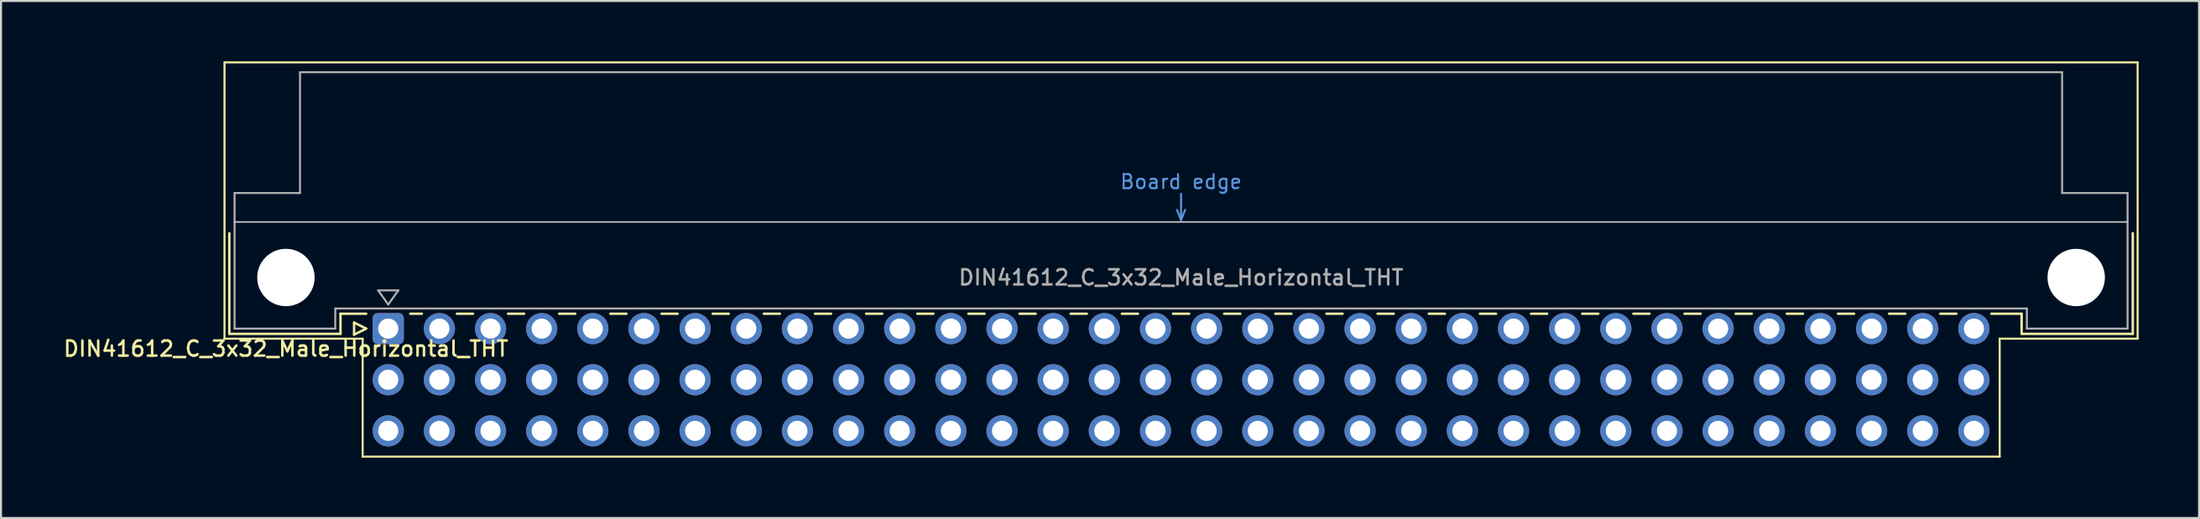
<source format=kicad_pcb>
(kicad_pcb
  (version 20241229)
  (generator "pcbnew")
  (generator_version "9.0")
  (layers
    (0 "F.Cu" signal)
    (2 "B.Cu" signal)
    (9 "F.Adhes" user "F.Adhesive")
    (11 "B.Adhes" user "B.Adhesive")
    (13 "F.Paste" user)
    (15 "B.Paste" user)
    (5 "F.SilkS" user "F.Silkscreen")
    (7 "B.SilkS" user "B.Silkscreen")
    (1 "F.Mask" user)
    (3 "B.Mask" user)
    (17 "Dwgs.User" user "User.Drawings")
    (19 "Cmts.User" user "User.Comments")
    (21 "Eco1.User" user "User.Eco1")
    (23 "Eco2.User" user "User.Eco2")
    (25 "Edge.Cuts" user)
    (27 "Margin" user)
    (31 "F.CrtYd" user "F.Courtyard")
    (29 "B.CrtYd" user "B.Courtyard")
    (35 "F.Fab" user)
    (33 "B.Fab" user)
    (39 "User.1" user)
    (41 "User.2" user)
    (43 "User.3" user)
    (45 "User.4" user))
  (footprint "DIN41612_C_3x32_Male_Horizontal_THT"
    (layer "F.Cu")
    (at 16.228 13.28)
    (property "Reference" "DIN41612_C_3x32_Male_Horizontal_THT" (at -5.08 1 0) (layer "F.SilkS") (effects (font (size 0.75 0.75) (thickness 0.125))))
    (attr through_hole)
    (fp_line (start -8.13 -13.23) (end -8.13 0.5) (stroke (width 0.1) (type solid)) (layer "F.SilkS"))
    (fp_line (start -8.13 0.5) (end -1.27 0.5) (stroke (width 0.1) (type solid)) (layer "F.SilkS"))
    (fp_line (start -7.89 -4.74) (end -7.89 0.26) (stroke (width 0.12) (type solid)) (layer "F.SilkS"))
    (fp_line (start -7.89 0.26) (end -2.37 0.26) (stroke (width 0.12) (type solid)) (layer "F.SilkS"))
    (fp_line (start -2.371 -0.74) (end -1.095 -0.74) (stroke (width 0.12) (type solid)) (layer "F.SilkS"))
    (fp_line (start -2.37 0.26) (end -2.37 -0.74) (stroke (width 0.12) (type solid)) (layer "F.SilkS"))
    (fp_line (start -1.695 -0.3) (end -1.695 0.3) (stroke (width 0.12) (type solid)) (layer "F.SilkS"))
    (fp_line (start -1.695 0.3) (end -1.095 0) (stroke (width 0.12) (type solid)) (layer "F.SilkS"))
    (fp_line (start -1.27 0.5) (end -1.27 6.36) (stroke (width 0.1) (type solid)) (layer "F.SilkS"))
    (fp_line (start -1.27 6.36) (end 80.02 6.36) (stroke (width 0.1) (type solid)) (layer "F.SilkS"))
    (fp_line (start -1.095 0) (end -1.695 -0.3) (stroke (width 0.12) (type solid)) (layer "F.SilkS"))
    (fp_line (start 1.095 -0.74) (end 1.671 -0.74) (stroke (width 0.12) (type solid)) (layer "F.SilkS"))
    (fp_line (start 3.41 -0.74) (end 4.211 -0.74) (stroke (width 0.12) (type solid)) (layer "F.SilkS"))
    (fp_line (start 5.95 -0.74) (end 6.751 -0.74) (stroke (width 0.12) (type solid)) (layer "F.SilkS"))
    (fp_line (start 8.49 -0.74) (end 9.291 -0.74) (stroke (width 0.12) (type solid)) (layer "F.SilkS"))
    (fp_line (start 11.03 -0.74) (end 11.831 -0.74) (stroke (width 0.12) (type solid)) (layer "F.SilkS"))
    (fp_line (start 13.57 -0.74) (end 14.371 -0.74) (stroke (width 0.12) (type solid)) (layer "F.SilkS"))
    (fp_line (start 16.11 -0.74) (end 16.911 -0.74) (stroke (width 0.12) (type solid)) (layer "F.SilkS"))
    (fp_line (start 18.65 -0.74) (end 19.451 -0.74) (stroke (width 0.12) (type solid)) (layer "F.SilkS"))
    (fp_line (start 21.19 -0.74) (end 21.991 -0.74) (stroke (width 0.12) (type solid)) (layer "F.SilkS"))
    (fp_line (start 23.73 -0.74) (end 24.531 -0.74) (stroke (width 0.12) (type solid)) (layer "F.SilkS"))
    (fp_line (start 26.27 -0.74) (end 27.071 -0.74) (stroke (width 0.12) (type solid)) (layer "F.SilkS"))
    (fp_line (start 28.81 -0.74) (end 29.611 -0.74) (stroke (width 0.12) (type solid)) (layer "F.SilkS"))
    (fp_line (start 31.35 -0.74) (end 32.151 -0.74) (stroke (width 0.12) (type solid)) (layer "F.SilkS"))
    (fp_line (start 33.89 -0.74) (end 34.691 -0.74) (stroke (width 0.12) (type solid)) (layer "F.SilkS"))
    (fp_line (start 36.43 -0.74) (end 37.231 -0.74) (stroke (width 0.12) (type solid)) (layer "F.SilkS"))
    (fp_line (start 38.97 -0.74) (end 39.771 -0.74) (stroke (width 0.12) (type solid)) (layer "F.SilkS"))
    (fp_line (start 41.51 -0.74) (end 42.311 -0.74) (stroke (width 0.12) (type solid)) (layer "F.SilkS"))
    (fp_line (start 44.05 -0.74) (end 44.851 -0.74) (stroke (width 0.12) (type solid)) (layer "F.SilkS"))
    (fp_line (start 46.59 -0.74) (end 47.391 -0.74) (stroke (width 0.12) (type solid)) (layer "F.SilkS"))
    (fp_line (start 49.13 -0.74) (end 49.931 -0.74) (stroke (width 0.12) (type solid)) (layer "F.SilkS"))
    (fp_line (start 51.67 -0.74) (end 52.471 -0.74) (stroke (width 0.12) (type solid)) (layer "F.SilkS"))
    (fp_line (start 54.21 -0.74) (end 55.011 -0.74) (stroke (width 0.12) (type solid)) (layer "F.SilkS"))
    (fp_line (start 56.75 -0.74) (end 57.551 -0.74) (stroke (width 0.12) (type solid)) (layer "F.SilkS"))
    (fp_line (start 59.29 -0.74) (end 60.091 -0.74) (stroke (width 0.12) (type solid)) (layer "F.SilkS"))
    (fp_line (start 61.83 -0.74) (end 62.631 -0.74) (stroke (width 0.12) (type solid)) (layer "F.SilkS"))
    (fp_line (start 64.37 -0.74) (end 65.171 -0.74) (stroke (width 0.12) (type solid)) (layer "F.SilkS"))
    (fp_line (start 66.91 -0.74) (end 67.711 -0.74) (stroke (width 0.12) (type solid)) (layer "F.SilkS"))
    (fp_line (start 69.45 -0.74) (end 70.251 -0.74) (stroke (width 0.12) (type solid)) (layer "F.SilkS"))
    (fp_line (start 71.99 -0.74) (end 72.791 -0.74) (stroke (width 0.12) (type solid)) (layer "F.SilkS"))
    (fp_line (start 74.53 -0.74) (end 75.331 -0.74) (stroke (width 0.12) (type solid)) (layer "F.SilkS"))
    (fp_line (start 77.07 -0.74) (end 77.871 -0.74) (stroke (width 0.12) (type solid)) (layer "F.SilkS"))
    (fp_line (start 79.61 -0.74) (end 81.11 -0.74) (stroke (width 0.12) (type solid)) (layer "F.SilkS"))
    (fp_line (start 80.02 0.5) (end 86.87 0.5) (stroke (width 0.1) (type solid)) (layer "F.SilkS"))
    (fp_line (start 80.02 6.36) (end 80.02 0.5) (stroke (width 0.1) (type solid)) (layer "F.SilkS"))
    (fp_line (start 81.11 0.26) (end 81.11 -0.74) (stroke (width 0.12) (type solid)) (layer "F.SilkS"))
    (fp_line (start 86.63 -4.74) (end 86.63 0.26) (stroke (width 0.12) (type solid)) (layer "F.SilkS"))
    (fp_line (start 86.63 0.26) (end 81.11 0.26) (stroke (width 0.12) (type solid)) (layer "F.SilkS"))
    (fp_line (start 86.87 -13.23) (end -8.13 -13.23) (stroke (width 0.1) (type solid)) (layer "F.SilkS"))
    (fp_line (start 86.87 0.5) (end 86.87 -13.23) (stroke (width 0.1) (type solid)) (layer "F.SilkS"))
    (fp_line (start -7.63 -5.3) (end 86.37 -5.3) (stroke (width 0.08) (type solid)) (layer "Dwgs.User"))
    (fp_line (start 39.17 -5.9) (end 39.37 -5.4) (stroke (width 0.1) (type solid)) (layer "Cmts.User"))
    (fp_line (start 39.37 -5.4) (end 39.37 -6.7) (stroke (width 0.1) (type solid)) (layer "Cmts.User"))
    (fp_line (start 39.37 -5.4) (end 39.57 -5.9) (stroke (width 0.1) (type solid)) (layer "Cmts.User"))
    (fp_line (start -7.63 -6.74) (end -7.63 0) (stroke (width 0.1) (type solid)) (layer "F.Fab"))
    (fp_line (start -7.63 0) (end -2.63 0) (stroke (width 0.1) (type solid)) (layer "F.Fab"))
    (fp_line (start -4.38 -12.74) (end -4.38 -6.74) (stroke (width 0.1) (type solid)) (layer "F.Fab"))
    (fp_line (start -4.38 -6.74) (end -7.63 -6.74) (stroke (width 0.1) (type solid)) (layer "F.Fab"))
    (fp_line (start -2.63 -1) (end 81.37 -1) (stroke (width 0.1) (type solid)) (layer "F.Fab"))
    (fp_line (start -2.63 0) (end -2.63 -1) (stroke (width 0.1) (type solid)) (layer "F.Fab"))
    (fp_line (start -0.5 -1.9) (end 0.5 -1.9) (stroke (width 0.1) (type solid)) (layer "F.Fab"))
    (fp_line (start 0 -1.2) (end -0.5 -1.9) (stroke (width 0.1) (type solid)) (layer "F.Fab"))
    (fp_line (start 0.5 -1.9) (end 0 -1.2) (stroke (width 0.1) (type solid)) (layer "F.Fab"))
    (fp_line (start 81.37 -1) (end 81.37 0) (stroke (width 0.1) (type solid)) (layer "F.Fab"))
    (fp_line (start 81.37 0) (end 86.37 0) (stroke (width 0.1) (type solid)) (layer "F.Fab"))
    (fp_line (start 83.12 -12.74) (end -4.38 -12.74) (stroke (width 0.1) (type solid)) (layer "F.Fab"))
    (fp_line (start 83.12 -6.74) (end 83.12 -12.74) (stroke (width 0.1) (type solid)) (layer "F.Fab"))
    (fp_line (start 86.37 -6.74) (end 83.12 -6.74) (stroke (width 0.1) (type solid)) (layer "F.Fab"))
    (fp_line (start 86.37 0) (end 86.37 -6.74) (stroke (width 0.1) (type solid)) (layer "F.Fab"))
    (fp_text user "Board edge" (at 39.37 -7.3 0) (layer "Cmts.User") (effects (font (size 0.7 0.7) (thickness 0.1))))
    (fp_text user "${REFERENCE}" (at 39.37 -2.54 0) (layer "F.Fab") (effects (font (size 0.75 0.75) (thickness 0.125))))
    (pad "" np_thru_hole circle (at -5.08 -2.54) (size 2.85 2.85) (drill 2.85) (layers "*.Cu" "*.Mask"))
    (pad "" np_thru_hole circle (at 83.82 -2.54) (size 2.85 2.85) (drill 2.85) (layers "*.Cu" "*.Mask"))
    (pad "a1" thru_hole roundrect (at 0 0) (size 1.55 1.55) (drill 1) (layers "*.Cu" "*.Mask") (roundrect_rratio 0.161))
    (pad "a2" thru_hole circle (at 2.54 0) (size 1.55 1.55) (drill 1) (layers "*.Cu" "*.Mask"))
    (pad "a3" thru_hole circle (at 5.08 0) (size 1.55 1.55) (drill 1) (layers "*.Cu" "*.Mask"))
    (pad "a4" thru_hole circle (at 7.62 0) (size 1.55 1.55) (drill 1) (layers "*.Cu" "*.Mask"))
    (pad "a5" thru_hole circle (at 10.16 0) (size 1.55 1.55) (drill 1) (layers "*.Cu" "*.Mask"))
    (pad "a6" thru_hole circle (at 12.7 0) (size 1.55 1.55) (drill 1) (layers "*.Cu" "*.Mask"))
    (pad "a7" thru_hole circle (at 15.24 0) (size 1.55 1.55) (drill 1) (layers "*.Cu" "*.Mask"))
    (pad "a8" thru_hole circle (at 17.78 0) (size 1.55 1.55) (drill 1) (layers "*.Cu" "*.Mask"))
    (pad "a9" thru_hole circle (at 20.32 0) (size 1.55 1.55) (drill 1) (layers "*.Cu" "*.Mask"))
    (pad "a10" thru_hole circle (at 22.86 0) (size 1.55 1.55) (drill 1) (layers "*.Cu" "*.Mask"))
    (pad "a11" thru_hole circle (at 25.4 0) (size 1.55 1.55) (drill 1) (layers "*.Cu" "*.Mask"))
    (pad "a12" thru_hole circle (at 27.94 0) (size 1.55 1.55) (drill 1) (layers "*.Cu" "*.Mask"))
    (pad "a13" thru_hole circle (at 30.48 0) (size 1.55 1.55) (drill 1) (layers "*.Cu" "*.Mask"))
    (pad "a14" thru_hole circle (at 33.02 0) (size 1.55 1.55) (drill 1) (layers "*.Cu" "*.Mask"))
    (pad "a15" thru_hole circle (at 35.56 0) (size 1.55 1.55) (drill 1) (layers "*.Cu" "*.Mask"))
    (pad "a16" thru_hole circle (at 38.1 0) (size 1.55 1.55) (drill 1) (layers "*.Cu" "*.Mask"))
    (pad "a17" thru_hole circle (at 40.64 0) (size 1.55 1.55) (drill 1) (layers "*.Cu" "*.Mask"))
    (pad "a18" thru_hole circle (at 43.18 0) (size 1.55 1.55) (drill 1) (layers "*.Cu" "*.Mask"))
    (pad "a19" thru_hole circle (at 45.72 0) (size 1.55 1.55) (drill 1) (layers "*.Cu" "*.Mask"))
    (pad "a20" thru_hole circle (at 48.26 0) (size 1.55 1.55) (drill 1) (layers "*.Cu" "*.Mask"))
    (pad "a21" thru_hole circle (at 50.8 0) (size 1.55 1.55) (drill 1) (layers "*.Cu" "*.Mask"))
    (pad "a22" thru_hole circle (at 53.34 0) (size 1.55 1.55) (drill 1) (layers "*.Cu" "*.Mask"))
    (pad "a23" thru_hole circle (at 55.88 0) (size 1.55 1.55) (drill 1) (layers "*.Cu" "*.Mask"))
    (pad "a24" thru_hole circle (at 58.42 0) (size 1.55 1.55) (drill 1) (layers "*.Cu" "*.Mask"))
    (pad "a25" thru_hole circle (at 60.96 0) (size 1.55 1.55) (drill 1) (layers "*.Cu" "*.Mask"))
    (pad "a26" thru_hole circle (at 63.5 0) (size 1.55 1.55) (drill 1) (layers "*.Cu" "*.Mask"))
    (pad "a27" thru_hole circle (at 66.04 0) (size 1.55 1.55) (drill 1) (layers "*.Cu" "*.Mask"))
    (pad "a28" thru_hole circle (at 68.58 0) (size 1.55 1.55) (drill 1) (layers "*.Cu" "*.Mask"))
    (pad "a29" thru_hole circle (at 71.12 0) (size 1.55 1.55) (drill 1) (layers "*.Cu" "*.Mask"))
    (pad "a30" thru_hole circle (at 73.66 0) (size 1.55 1.55) (drill 1) (layers "*.Cu" "*.Mask"))
    (pad "a31" thru_hole circle (at 76.2 0) (size 1.55 1.55) (drill 1) (layers "*.Cu" "*.Mask"))
    (pad "a32" thru_hole circle (at 78.74 0) (size 1.55 1.55) (drill 1) (layers "*.Cu" "*.Mask"))
    (pad "b1" thru_hole circle (at 0 2.54) (size 1.55 1.55) (drill 1) (layers "*.Cu" "*.Mask"))
    (pad "b2" thru_hole circle (at 2.54 2.54) (size 1.55 1.55) (drill 1) (layers "*.Cu" "*.Mask"))
    (pad "b3" thru_hole circle (at 5.08 2.54) (size 1.55 1.55) (drill 1) (layers "*.Cu" "*.Mask"))
    (pad "b4" thru_hole circle (at 7.62 2.54) (size 1.55 1.55) (drill 1) (layers "*.Cu" "*.Mask"))
    (pad "b5" thru_hole circle (at 10.16 2.54) (size 1.55 1.55) (drill 1) (layers "*.Cu" "*.Mask"))
    (pad "b6" thru_hole circle (at 12.7 2.54) (size 1.55 1.55) (drill 1) (layers "*.Cu" "*.Mask"))
    (pad "b7" thru_hole circle (at 15.24 2.54) (size 1.55 1.55) (drill 1) (layers "*.Cu" "*.Mask"))
    (pad "b8" thru_hole circle (at 17.78 2.54) (size 1.55 1.55) (drill 1) (layers "*.Cu" "*.Mask"))
    (pad "b9" thru_hole circle (at 20.32 2.54) (size 1.55 1.55) (drill 1) (layers "*.Cu" "*.Mask"))
    (pad "b10" thru_hole circle (at 22.86 2.54) (size 1.55 1.55) (drill 1) (layers "*.Cu" "*.Mask"))
    (pad "b11" thru_hole circle (at 25.4 2.54) (size 1.55 1.55) (drill 1) (layers "*.Cu" "*.Mask"))
    (pad "b12" thru_hole circle (at 27.94 2.54) (size 1.55 1.55) (drill 1) (layers "*.Cu" "*.Mask"))
    (pad "b13" thru_hole circle (at 30.48 2.54) (size 1.55 1.55) (drill 1) (layers "*.Cu" "*.Mask"))
    (pad "b14" thru_hole circle (at 33.02 2.54) (size 1.55 1.55) (drill 1) (layers "*.Cu" "*.Mask"))
    (pad "b15" thru_hole circle (at 35.56 2.54) (size 1.55 1.55) (drill 1) (layers "*.Cu" "*.Mask"))
    (pad "b16" thru_hole circle (at 38.1 2.54) (size 1.55 1.55) (drill 1) (layers "*.Cu" "*.Mask"))
    (pad "b17" thru_hole circle (at 40.64 2.54) (size 1.55 1.55) (drill 1) (layers "*.Cu" "*.Mask"))
    (pad "b18" thru_hole circle (at 43.18 2.54) (size 1.55 1.55) (drill 1) (layers "*.Cu" "*.Mask"))
    (pad "b19" thru_hole circle (at 45.72 2.54) (size 1.55 1.55) (drill 1) (layers "*.Cu" "*.Mask"))
    (pad "b20" thru_hole circle (at 48.26 2.54) (size 1.55 1.55) (drill 1) (layers "*.Cu" "*.Mask"))
    (pad "b21" thru_hole circle (at 50.8 2.54) (size 1.55 1.55) (drill 1) (layers "*.Cu" "*.Mask"))
    (pad "b22" thru_hole circle (at 53.34 2.54) (size 1.55 1.55) (drill 1) (layers "*.Cu" "*.Mask"))
    (pad "b23" thru_hole circle (at 55.88 2.54) (size 1.55 1.55) (drill 1) (layers "*.Cu" "*.Mask"))
    (pad "b24" thru_hole circle (at 58.42 2.54) (size 1.55 1.55) (drill 1) (layers "*.Cu" "*.Mask"))
    (pad "b25" thru_hole circle (at 60.96 2.54) (size 1.55 1.55) (drill 1) (layers "*.Cu" "*.Mask"))
    (pad "b26" thru_hole circle (at 63.5 2.54) (size 1.55 1.55) (drill 1) (layers "*.Cu" "*.Mask"))
    (pad "b27" thru_hole circle (at 66.04 2.54) (size 1.55 1.55) (drill 1) (layers "*.Cu" "*.Mask"))
    (pad "b28" thru_hole circle (at 68.58 2.54) (size 1.55 1.55) (drill 1) (layers "*.Cu" "*.Mask"))
    (pad "b29" thru_hole circle (at 71.12 2.54) (size 1.55 1.55) (drill 1) (layers "*.Cu" "*.Mask"))
    (pad "b30" thru_hole circle (at 73.66 2.54) (size 1.55 1.55) (drill 1) (layers "*.Cu" "*.Mask"))
    (pad "b31" thru_hole circle (at 76.2 2.54) (size 1.55 1.55) (drill 1) (layers "*.Cu" "*.Mask"))
    (pad "b32" thru_hole circle (at 78.74 2.54) (size 1.55 1.55) (drill 1) (layers "*.Cu" "*.Mask"))
    (pad "c1" thru_hole circle (at 0 5.08) (size 1.55 1.55) (drill 1) (layers "*.Cu" "*.Mask"))
    (pad "c2" thru_hole circle (at 2.54 5.08) (size 1.55 1.55) (drill 1) (layers "*.Cu" "*.Mask"))
    (pad "c3" thru_hole circle (at 5.08 5.08) (size 1.55 1.55) (drill 1) (layers "*.Cu" "*.Mask"))
    (pad "c4" thru_hole circle (at 7.62 5.08) (size 1.55 1.55) (drill 1) (layers "*.Cu" "*.Mask"))
    (pad "c5" thru_hole circle (at 10.16 5.08) (size 1.55 1.55) (drill 1) (layers "*.Cu" "*.Mask"))
    (pad "c6" thru_hole circle (at 12.7 5.08) (size 1.55 1.55) (drill 1) (layers "*.Cu" "*.Mask"))
    (pad "c7" thru_hole circle (at 15.24 5.08) (size 1.55 1.55) (drill 1) (layers "*.Cu" "*.Mask"))
    (pad "c8" thru_hole circle (at 17.78 5.08) (size 1.55 1.55) (drill 1) (layers "*.Cu" "*.Mask"))
    (pad "c9" thru_hole circle (at 20.32 5.08) (size 1.55 1.55) (drill 1) (layers "*.Cu" "*.Mask"))
    (pad "c10" thru_hole circle (at 22.86 5.08) (size 1.55 1.55) (drill 1) (layers "*.Cu" "*.Mask"))
    (pad "c11" thru_hole circle (at 25.4 5.08) (size 1.55 1.55) (drill 1) (layers "*.Cu" "*.Mask"))
    (pad "c12" thru_hole circle (at 27.94 5.08) (size 1.55 1.55) (drill 1) (layers "*.Cu" "*.Mask"))
    (pad "c13" thru_hole circle (at 30.48 5.08) (size 1.55 1.55) (drill 1) (layers "*.Cu" "*.Mask"))
    (pad "c14" thru_hole circle (at 33.02 5.08) (size 1.55 1.55) (drill 1) (layers "*.Cu" "*.Mask"))
    (pad "c15" thru_hole circle (at 35.56 5.08) (size 1.55 1.55) (drill 1) (layers "*.Cu" "*.Mask"))
    (pad "c16" thru_hole circle (at 38.1 5.08) (size 1.55 1.55) (drill 1) (layers "*.Cu" "*.Mask"))
    (pad "c17" thru_hole circle (at 40.64 5.08) (size 1.55 1.55) (drill 1) (layers "*.Cu" "*.Mask"))
    (pad "c18" thru_hole circle (at 43.18 5.08) (size 1.55 1.55) (drill 1) (layers "*.Cu" "*.Mask"))
    (pad "c19" thru_hole circle (at 45.72 5.08) (size 1.55 1.55) (drill 1) (layers "*.Cu" "*.Mask"))
    (pad "c20" thru_hole circle (at 48.26 5.08) (size 1.55 1.55) (drill 1) (layers "*.Cu" "*.Mask"))
    (pad "c21" thru_hole circle (at 50.8 5.08) (size 1.55 1.55) (drill 1) (layers "*.Cu" "*.Mask"))
    (pad "c22" thru_hole circle (at 53.34 5.08) (size 1.55 1.55) (drill 1) (layers "*.Cu" "*.Mask"))
    (pad "c23" thru_hole circle (at 55.88 5.08) (size 1.55 1.55) (drill 1) (layers "*.Cu" "*.Mask"))
    (pad "c24" thru_hole circle (at 58.42 5.08) (size 1.55 1.55) (drill 1) (layers "*.Cu" "*.Mask"))
    (pad "c25" thru_hole circle (at 60.96 5.08) (size 1.55 1.55) (drill 1) (layers "*.Cu" "*.Mask"))
    (pad "c26" thru_hole circle (at 63.5 5.08) (size 1.55 1.55) (drill 1) (layers "*.Cu" "*.Mask"))
    (pad "c27" thru_hole circle (at 66.04 5.08) (size 1.55 1.55) (drill 1) (layers "*.Cu" "*.Mask"))
    (pad "c28" thru_hole circle (at 68.58 5.08) (size 1.55 1.55) (drill 1) (layers "*.Cu" "*.Mask"))
    (pad "c29" thru_hole circle (at 71.12 5.08) (size 1.55 1.55) (drill 1) (layers "*.Cu" "*.Mask"))
    (pad "c30" thru_hole circle (at 73.66 5.08) (size 1.55 1.55) (drill 1) (layers "*.Cu" "*.Mask"))
    (pad "c31" thru_hole circle (at 76.2 5.08) (size 1.55 1.55) (drill 1) (layers "*.Cu" "*.Mask"))
    (pad "c32" thru_hole circle (at 78.74 5.08) (size 1.55 1.55) (drill 1) (layers "*.Cu" "*.Mask")))
  (gr_rect
    (start -3 -3)
    (end 106.148 22.69)
    (stroke (width 0.1) (type default))
    (fill no)
    (layer "Edge.Cuts")))
</source>
